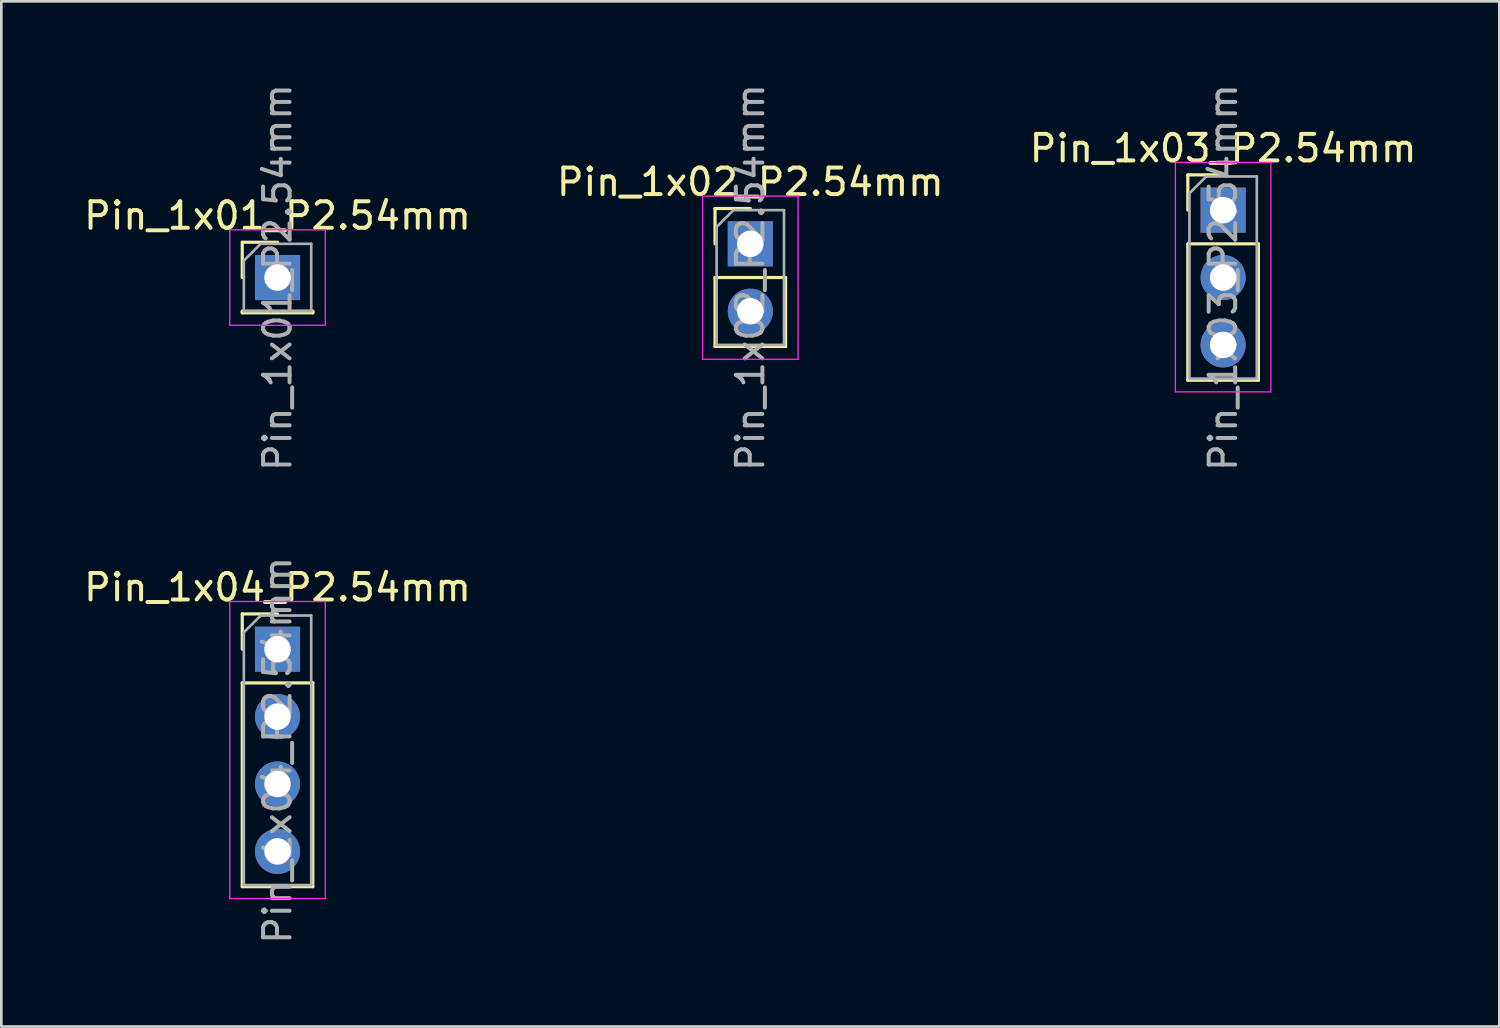
<source format=kicad_pcb>
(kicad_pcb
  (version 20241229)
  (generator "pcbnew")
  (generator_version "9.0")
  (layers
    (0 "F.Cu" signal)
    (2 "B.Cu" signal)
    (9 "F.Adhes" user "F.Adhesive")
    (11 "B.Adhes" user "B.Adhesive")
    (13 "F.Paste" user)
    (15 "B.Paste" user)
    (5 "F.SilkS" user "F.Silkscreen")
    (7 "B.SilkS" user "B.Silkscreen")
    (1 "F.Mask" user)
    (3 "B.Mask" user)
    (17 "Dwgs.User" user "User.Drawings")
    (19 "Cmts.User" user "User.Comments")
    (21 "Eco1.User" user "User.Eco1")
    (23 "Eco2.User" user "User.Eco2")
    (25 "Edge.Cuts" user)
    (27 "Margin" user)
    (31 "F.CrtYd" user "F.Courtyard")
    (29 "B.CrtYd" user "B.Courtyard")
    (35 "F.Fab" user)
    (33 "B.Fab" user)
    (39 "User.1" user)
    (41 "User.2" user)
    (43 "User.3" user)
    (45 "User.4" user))
  (footprint "Pin_1x02_P2.54mm"
    (layer "F.Cu")
    (at 25.232 6.141)
    (property "Reference" "Pin_1x02_P2.54mm" (at 0 -2.33 0) (layer "F.SilkS") (effects (font (size 1 1) (thickness 0.15))))
    (attr through_hole)
    (fp_line (start -1.33 -1.33) (end 0 -1.33) (stroke (width 0.12) (type solid)) (layer "F.SilkS"))
    (fp_line (start -1.33 0) (end -1.33 -1.33) (stroke (width 0.12) (type solid)) (layer "F.SilkS"))
    (fp_line (start -1.33 1.27) (end -1.33 3.87) (stroke (width 0.12) (type solid)) (layer "F.SilkS"))
    (fp_line (start -1.33 1.27) (end 1.33 1.27) (stroke (width 0.12) (type solid)) (layer "F.SilkS"))
    (fp_line (start -1.33 3.87) (end 1.33 3.87) (stroke (width 0.12) (type solid)) (layer "F.SilkS"))
    (fp_line (start 1.33 1.27) (end 1.33 3.87) (stroke (width 0.12) (type solid)) (layer "F.SilkS"))
    (fp_line (start -1.8 -1.8) (end -1.8 4.35) (stroke (width 0.05) (type solid)) (layer "F.CrtYd"))
    (fp_line (start -1.8 4.35) (end 1.8 4.35) (stroke (width 0.05) (type solid)) (layer "F.CrtYd"))
    (fp_line (start 1.8 -1.8) (end -1.8 -1.8) (stroke (width 0.05) (type solid)) (layer "F.CrtYd"))
    (fp_line (start 1.8 4.35) (end 1.8 -1.8) (stroke (width 0.05) (type solid)) (layer "F.CrtYd"))
    (fp_line (start -1.27 -0.635) (end -0.635 -1.27) (stroke (width 0.1) (type solid)) (layer "F.Fab"))
    (fp_line (start -1.27 3.81) (end -1.27 -0.635) (stroke (width 0.1) (type solid)) (layer "F.Fab"))
    (fp_line (start -0.635 -1.27) (end 1.27 -1.27) (stroke (width 0.1) (type solid)) (layer "F.Fab"))
    (fp_line (start 1.27 -1.27) (end 1.27 3.81) (stroke (width 0.1) (type solid)) (layer "F.Fab"))
    (fp_line (start 1.27 3.81) (end -1.27 3.81) (stroke (width 0.1) (type solid)) (layer "F.Fab"))
    (fp_text user "${REFERENCE}" (at 0 1.27 90) (layer "F.Fab") (effects (font (size 1 1) (thickness 0.15))))
    (pad "1" thru_hole rect (at 0 0) (size 1.7 1.7) (drill 1) (layers "*.Cu" "*.Mask"))
    (pad "2" thru_hole oval (at 0 2.54) (size 1.7 1.7) (drill 1) (layers "*.Cu" "*.Mask")))
  (footprint "Pin_1x03_P2.54mm"
    (layer "F.Cu")
    (at 43.054 4.871)
    (property "Reference" "Pin_1x03_P2.54mm" (at 0 -2.33 0) (layer "F.SilkS") (effects (font (size 1 1) (thickness 0.15))))
    (attr through_hole)
    (fp_line (start -1.33 -1.33) (end 0 -1.33) (stroke (width 0.12) (type solid)) (layer "F.SilkS"))
    (fp_line (start -1.33 0) (end -1.33 -1.33) (stroke (width 0.12) (type solid)) (layer "F.SilkS"))
    (fp_line (start -1.33 1.27) (end -1.33 6.41) (stroke (width 0.12) (type solid)) (layer "F.SilkS"))
    (fp_line (start -1.33 1.27) (end 1.33 1.27) (stroke (width 0.12) (type solid)) (layer "F.SilkS"))
    (fp_line (start -1.33 6.41) (end 1.33 6.41) (stroke (width 0.12) (type solid)) (layer "F.SilkS"))
    (fp_line (start 1.33 1.27) (end 1.33 6.41) (stroke (width 0.12) (type solid)) (layer "F.SilkS"))
    (fp_line (start -1.8 -1.8) (end -1.8 6.85) (stroke (width 0.05) (type solid)) (layer "F.CrtYd"))
    (fp_line (start -1.8 6.85) (end 1.8 6.85) (stroke (width 0.05) (type solid)) (layer "F.CrtYd"))
    (fp_line (start 1.8 -1.8) (end -1.8 -1.8) (stroke (width 0.05) (type solid)) (layer "F.CrtYd"))
    (fp_line (start 1.8 6.85) (end 1.8 -1.8) (stroke (width 0.05) (type solid)) (layer "F.CrtYd"))
    (fp_line (start -1.27 -0.635) (end -0.635 -1.27) (stroke (width 0.1) (type solid)) (layer "F.Fab"))
    (fp_line (start -1.27 6.35) (end -1.27 -0.635) (stroke (width 0.1) (type solid)) (layer "F.Fab"))
    (fp_line (start -0.635 -1.27) (end 1.27 -1.27) (stroke (width 0.1) (type solid)) (layer "F.Fab"))
    (fp_line (start 1.27 -1.27) (end 1.27 6.35) (stroke (width 0.1) (type solid)) (layer "F.Fab"))
    (fp_line (start 1.27 6.35) (end -1.27 6.35) (stroke (width 0.1) (type solid)) (layer "F.Fab"))
    (fp_text user "${REFERENCE}" (at 0 2.54 90) (layer "F.Fab") (effects (font (size 1 1) (thickness 0.15))))
    (pad "1" thru_hole rect (at 0 0) (size 1.7 1.7) (drill 1) (layers "*.Cu" "*.Mask"))
    (pad "2" thru_hole oval (at 0 2.54) (size 1.7 1.7) (drill 1) (layers "*.Cu" "*.Mask"))
    (pad "3" thru_hole oval (at 0 5.08) (size 1.7 1.7) (drill 1) (layers "*.Cu" "*.Mask")))
  (footprint "Pin_1x01_P2.54mm"
    (layer "F.Cu")
    (at 7.411 7.411)
    (property "Reference" "Pin_1x01_P2.54mm" (at 0 -2.33 0) (layer "F.SilkS") (effects (font (size 1 1) (thickness 0.15))))
    (attr through_hole)
    (fp_line (start -1.33 -1.33) (end 0 -1.33) (stroke (width 0.12) (type solid)) (layer "F.SilkS"))
    (fp_line (start -1.33 0) (end -1.33 -1.33) (stroke (width 0.12) (type solid)) (layer "F.SilkS"))
    (fp_line (start -1.33 1.27) (end -1.33 1.33) (stroke (width 0.12) (type solid)) (layer "F.SilkS"))
    (fp_line (start -1.33 1.27) (end 1.33 1.27) (stroke (width 0.12) (type solid)) (layer "F.SilkS"))
    (fp_line (start -1.33 1.33) (end 1.33 1.33) (stroke (width 0.12) (type solid)) (layer "F.SilkS"))
    (fp_line (start 1.33 1.27) (end 1.33 1.33) (stroke (width 0.12) (type solid)) (layer "F.SilkS"))
    (fp_line (start -1.8 -1.8) (end -1.8 1.8) (stroke (width 0.05) (type solid)) (layer "F.CrtYd"))
    (fp_line (start -1.8 1.8) (end 1.8 1.8) (stroke (width 0.05) (type solid)) (layer "F.CrtYd"))
    (fp_line (start 1.8 -1.8) (end -1.8 -1.8) (stroke (width 0.05) (type solid)) (layer "F.CrtYd"))
    (fp_line (start 1.8 1.8) (end 1.8 -1.8) (stroke (width 0.05) (type solid)) (layer "F.CrtYd"))
    (fp_line (start -1.27 -0.635) (end -0.635 -1.27) (stroke (width 0.1) (type solid)) (layer "F.Fab"))
    (fp_line (start -1.27 1.27) (end -1.27 -0.635) (stroke (width 0.1) (type solid)) (layer "F.Fab"))
    (fp_line (start -0.635 -1.27) (end 1.27 -1.27) (stroke (width 0.1) (type solid)) (layer "F.Fab"))
    (fp_line (start 1.27 -1.27) (end 1.27 1.27) (stroke (width 0.1) (type solid)) (layer "F.Fab"))
    (fp_line (start 1.27 1.27) (end -1.27 1.27) (stroke (width 0.1) (type solid)) (layer "F.Fab"))
    (fp_text user "${REFERENCE}" (at 0 0 90) (layer "F.Fab") (effects (font (size 1 1) (thickness 0.15))))
    (pad "1" thru_hole rect (at 0 0) (size 1.7 1.7) (drill 1) (layers "*.Cu" "*.Mask")))
  (footprint "Pin_1x04_P2.54mm"
    (layer "F.Cu")
    (at 7.411 21.422)
    (property "Reference" "Pin_1x04_P2.54mm" (at 0 -2.33 0) (layer "F.SilkS") (effects (font (size 1 1) (thickness 0.15))))
    (attr smd)
    (fp_line (start -1.33 -1.33) (end 0 -1.33) (stroke (width 0.12) (type solid)) (layer "F.SilkS"))
    (fp_line (start -1.33 0) (end -1.33 -1.33) (stroke (width 0.12) (type solid)) (layer "F.SilkS"))
    (fp_line (start -1.33 1.27) (end -1.33 8.95) (stroke (width 0.12) (type solid)) (layer "F.SilkS"))
    (fp_line (start -1.33 1.27) (end 1.33 1.27) (stroke (width 0.12) (type solid)) (layer "F.SilkS"))
    (fp_line (start -1.33 8.95) (end 1.33 8.95) (stroke (width 0.12) (type solid)) (layer "F.SilkS"))
    (fp_line (start 1.33 1.27) (end 1.33 8.95) (stroke (width 0.12) (type solid)) (layer "F.SilkS"))
    (fp_line (start -1.8 -1.8) (end -1.8 9.4) (stroke (width 0.05) (type solid)) (layer "F.CrtYd"))
    (fp_line (start -1.8 9.4) (end 1.8 9.4) (stroke (width 0.05) (type solid)) (layer "F.CrtYd"))
    (fp_line (start 1.8 -1.8) (end -1.8 -1.8) (stroke (width 0.05) (type solid)) (layer "F.CrtYd"))
    (fp_line (start 1.8 9.4) (end 1.8 -1.8) (stroke (width 0.05) (type solid)) (layer "F.CrtYd"))
    (fp_line (start -1.27 -0.635) (end -0.635 -1.27) (stroke (width 0.1) (type solid)) (layer "F.Fab"))
    (fp_line (start -1.27 8.89) (end -1.27 -0.635) (stroke (width 0.1) (type solid)) (layer "F.Fab"))
    (fp_line (start -0.635 -1.27) (end 1.27 -1.27) (stroke (width 0.1) (type solid)) (layer "F.Fab"))
    (fp_line (start 1.27 -1.27) (end 1.27 8.89) (stroke (width 0.1) (type solid)) (layer "F.Fab"))
    (fp_line (start 1.27 8.89) (end -1.27 8.89) (stroke (width 0.1) (type solid)) (layer "F.Fab"))
    (fp_text user "${REFERENCE}" (at 0 3.81 90) (layer "F.Fab") (effects (font (size 1 1) (thickness 0.15))))
    (pad "1" thru_hole rect (at 0 0) (size 1.7 1.7) (drill 1) (layers "*.Cu" "*.Mask"))
    (pad "2" thru_hole oval (at 0 2.54) (size 1.7 1.7) (drill 1) (layers "*.Cu" "*.Mask"))
    (pad "3" thru_hole oval (at 0 5.08) (size 1.7 1.7) (drill 1) (property pad_prop_testpoint) (layers "*.Cu" "*.Mask"))
    (pad "4" thru_hole oval (at 0 7.62) (size 1.7 1.7) (drill 1) (layers "*.Cu" "*.Mask")))
  (gr_rect
    (start -3 -3)
    (end 53.464 35.643)
    (stroke (width 0.1) (type default))
    (fill no)
    (layer "Edge.Cuts")))
</source>
